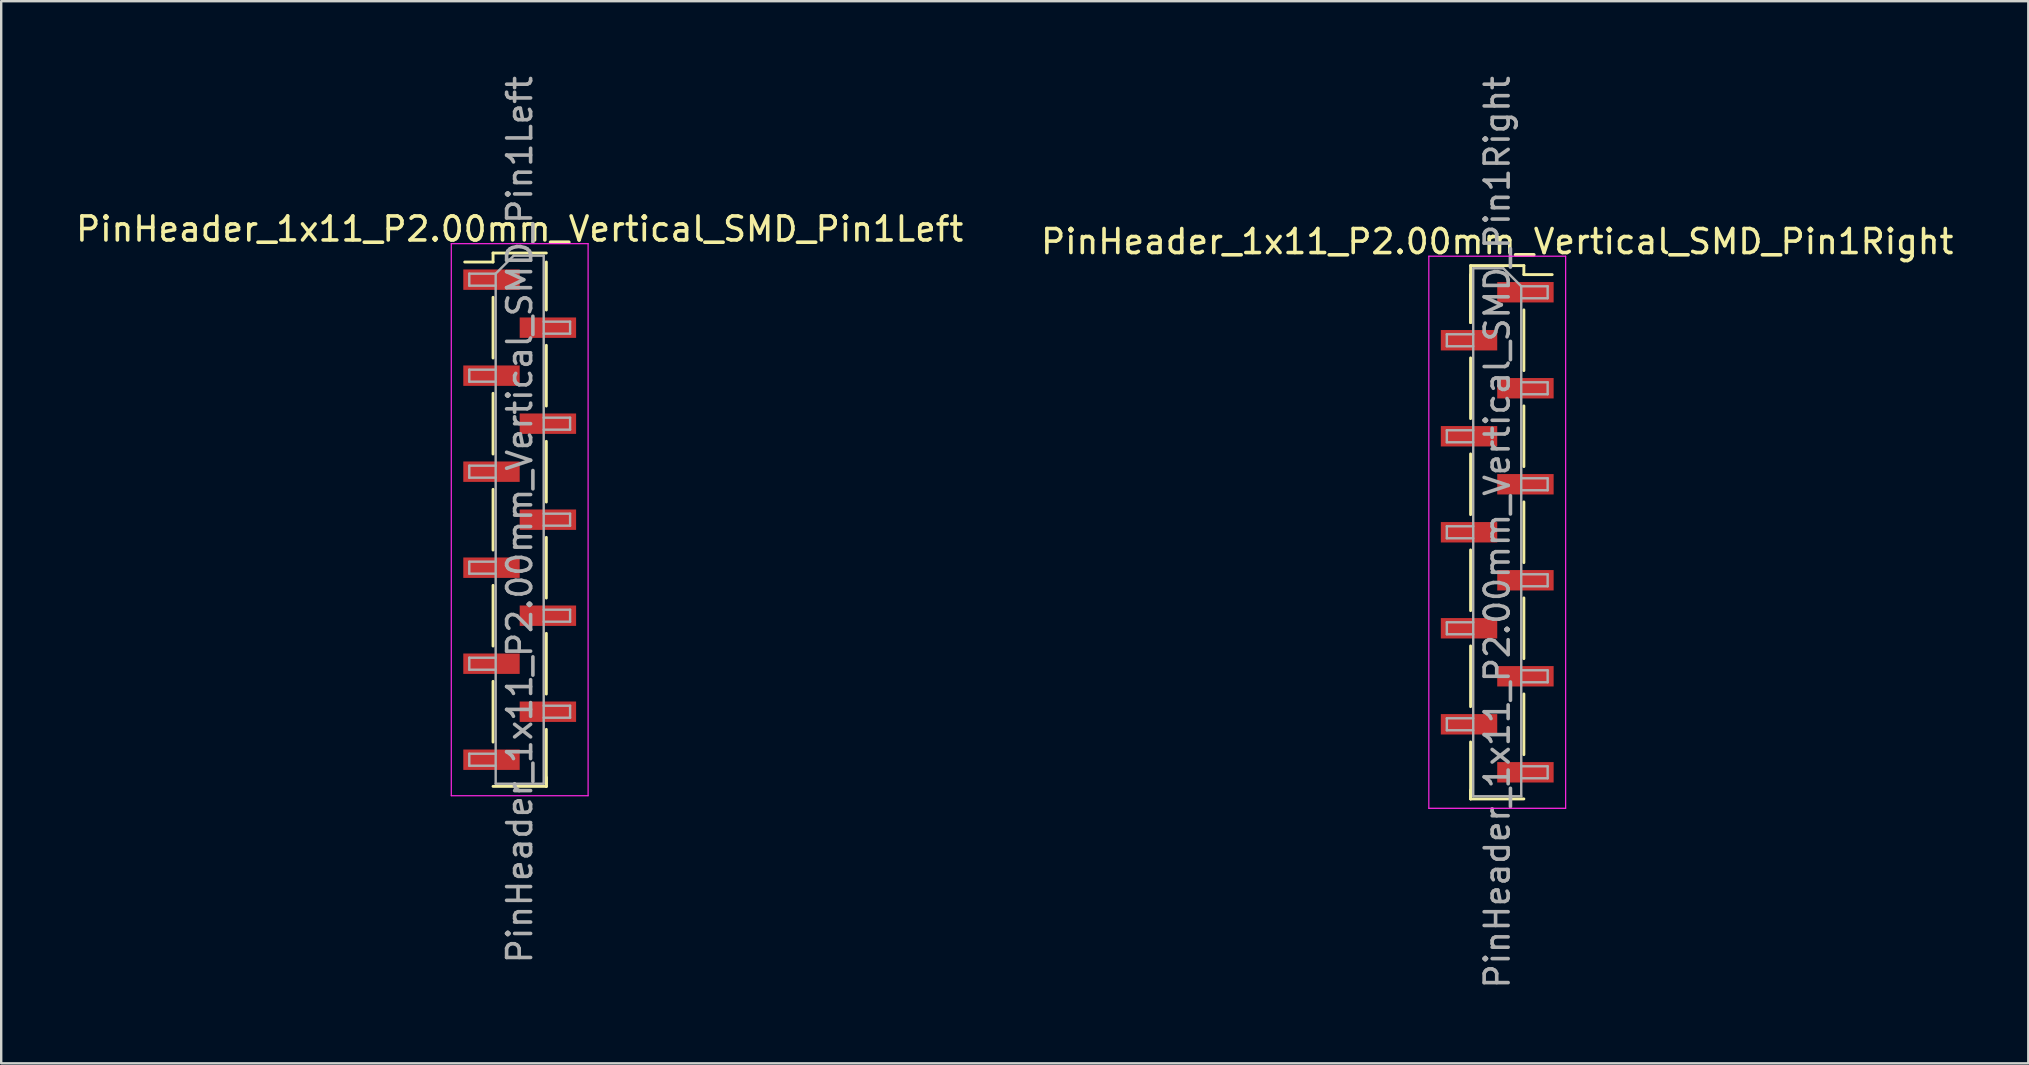
<source format=kicad_pcb>
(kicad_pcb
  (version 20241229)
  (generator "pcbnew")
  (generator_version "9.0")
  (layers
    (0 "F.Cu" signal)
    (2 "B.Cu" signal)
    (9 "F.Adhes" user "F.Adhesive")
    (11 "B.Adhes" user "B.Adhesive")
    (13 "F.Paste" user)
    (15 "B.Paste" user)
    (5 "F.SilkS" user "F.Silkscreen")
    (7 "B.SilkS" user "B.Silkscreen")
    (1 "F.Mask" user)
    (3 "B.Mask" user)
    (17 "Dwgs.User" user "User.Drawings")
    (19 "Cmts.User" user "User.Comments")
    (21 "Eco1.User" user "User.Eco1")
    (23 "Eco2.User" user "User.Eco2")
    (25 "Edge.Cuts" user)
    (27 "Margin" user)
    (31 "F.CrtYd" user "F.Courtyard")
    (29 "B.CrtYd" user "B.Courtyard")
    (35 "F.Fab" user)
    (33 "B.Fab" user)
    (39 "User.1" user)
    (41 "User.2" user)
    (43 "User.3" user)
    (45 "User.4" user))
  (footprint "PinHeader_1x11_P2.00mm_Vertical_SMD_Pin1Right"
    (layer "F.Cu")
    (at 59.327 19.125)
    (property "Reference" "PinHeader_1x11_P2.00mm_Vertical_SMD_Pin1Right" (at 0 -12.11 0) (layer "F.SilkS") (effects (font (size 1 1) (thickness 0.15))))
    (attr smd)
    (fp_line (start -1.11 -11.11) (end -1.11 -8.735) (stroke (width 0.12) (type solid)) (layer "F.SilkS"))
    (fp_line (start -1.11 -11.11) (end 1.11 -11.11) (stroke (width 0.12) (type solid)) (layer "F.SilkS"))
    (fp_line (start -1.11 -10.735) (end -1.11 -8.735) (stroke (width 0.12) (type solid)) (layer "F.SilkS"))
    (fp_line (start -1.11 -7.265) (end -1.11 -4.735) (stroke (width 0.12) (type solid)) (layer "F.SilkS"))
    (fp_line (start -1.11 -3.265) (end -1.11 -0.735) (stroke (width 0.12) (type solid)) (layer "F.SilkS"))
    (fp_line (start -1.11 0.735) (end -1.11 3.265) (stroke (width 0.12) (type solid)) (layer "F.SilkS"))
    (fp_line (start -1.11 4.735) (end -1.11 7.265) (stroke (width 0.12) (type solid)) (layer "F.SilkS"))
    (fp_line (start -1.11 8.735) (end -1.11 11.11) (stroke (width 0.12) (type solid)) (layer "F.SilkS"))
    (fp_line (start -1.11 10.735) (end -1.11 11.11) (stroke (width 0.12) (type solid)) (layer "F.SilkS"))
    (fp_line (start -1.11 11.11) (end 1.11 11.11) (stroke (width 0.12) (type solid)) (layer "F.SilkS"))
    (fp_line (start 1.11 -11.11) (end 1.11 -10.735) (stroke (width 0.12) (type solid)) (layer "F.SilkS"))
    (fp_line (start 1.11 -10.735) (end 2.29 -10.735) (stroke (width 0.12) (type solid)) (layer "F.SilkS"))
    (fp_line (start 1.11 -9.265) (end 1.11 -6.735) (stroke (width 0.12) (type solid)) (layer "F.SilkS"))
    (fp_line (start 1.11 -5.265) (end 1.11 -2.735) (stroke (width 0.12) (type solid)) (layer "F.SilkS"))
    (fp_line (start 1.11 -1.265) (end 1.11 1.265) (stroke (width 0.12) (type solid)) (layer "F.SilkS"))
    (fp_line (start 1.11 2.735) (end 1.11 5.265) (stroke (width 0.12) (type solid)) (layer "F.SilkS"))
    (fp_line (start 1.11 6.735) (end 1.11 9.265) (stroke (width 0.12) (type solid)) (layer "F.SilkS"))
    (fp_line (start -2.85 -11.5) (end -2.85 11.5) (stroke (width 0.05) (type solid)) (layer "F.CrtYd"))
    (fp_line (start -2.85 11.5) (end 2.85 11.5) (stroke (width 0.05) (type solid)) (layer "F.CrtYd"))
    (fp_line (start 2.85 -11.5) (end -2.85 -11.5) (stroke (width 0.05) (type solid)) (layer "F.CrtYd"))
    (fp_line (start 2.85 11.5) (end 2.85 -11.5) (stroke (width 0.05) (type solid)) (layer "F.CrtYd"))
    (fp_line (start -2.1 -8.25) (end -2.1 -7.75) (stroke (width 0.1) (type solid)) (layer "F.Fab"))
    (fp_line (start -2.1 -7.75) (end -1 -7.75) (stroke (width 0.1) (type solid)) (layer "F.Fab"))
    (fp_line (start -2.1 -4.25) (end -2.1 -3.75) (stroke (width 0.1) (type solid)) (layer "F.Fab"))
    (fp_line (start -2.1 -3.75) (end -1 -3.75) (stroke (width 0.1) (type solid)) (layer "F.Fab"))
    (fp_line (start -2.1 -0.25) (end -2.1 0.25) (stroke (width 0.1) (type solid)) (layer "F.Fab"))
    (fp_line (start -2.1 0.25) (end -1 0.25) (stroke (width 0.1) (type solid)) (layer "F.Fab"))
    (fp_line (start -2.1 3.75) (end -2.1 4.25) (stroke (width 0.1) (type solid)) (layer "F.Fab"))
    (fp_line (start -2.1 4.25) (end -1 4.25) (stroke (width 0.1) (type solid)) (layer "F.Fab"))
    (fp_line (start -2.1 7.75) (end -2.1 8.25) (stroke (width 0.1) (type solid)) (layer "F.Fab"))
    (fp_line (start -2.1 8.25) (end -1 8.25) (stroke (width 0.1) (type solid)) (layer "F.Fab"))
    (fp_line (start -1 -11) (end -1 11) (stroke (width 0.1) (type solid)) (layer "F.Fab"))
    (fp_line (start -1 -11) (end 0.25 -11) (stroke (width 0.1) (type solid)) (layer "F.Fab"))
    (fp_line (start -1 -8.25) (end -2.1 -8.25) (stroke (width 0.1) (type solid)) (layer "F.Fab"))
    (fp_line (start -1 -4.25) (end -2.1 -4.25) (stroke (width 0.1) (type solid)) (layer "F.Fab"))
    (fp_line (start -1 -0.25) (end -2.1 -0.25) (stroke (width 0.1) (type solid)) (layer "F.Fab"))
    (fp_line (start -1 3.75) (end -2.1 3.75) (stroke (width 0.1) (type solid)) (layer "F.Fab"))
    (fp_line (start -1 7.75) (end -2.1 7.75) (stroke (width 0.1) (type solid)) (layer "F.Fab"))
    (fp_line (start 1 -10.25) (end 0.25 -11) (stroke (width 0.1) (type solid)) (layer "F.Fab"))
    (fp_line (start 1 -10.25) (end 2.1 -10.25) (stroke (width 0.1) (type solid)) (layer "F.Fab"))
    (fp_line (start 1 -6.25) (end 2.1 -6.25) (stroke (width 0.1) (type solid)) (layer "F.Fab"))
    (fp_line (start 1 -2.25) (end 2.1 -2.25) (stroke (width 0.1) (type solid)) (layer "F.Fab"))
    (fp_line (start 1 1.75) (end 2.1 1.75) (stroke (width 0.1) (type solid)) (layer "F.Fab"))
    (fp_line (start 1 5.75) (end 2.1 5.75) (stroke (width 0.1) (type solid)) (layer "F.Fab"))
    (fp_line (start 1 9.75) (end 2.1 9.75) (stroke (width 0.1) (type solid)) (layer "F.Fab"))
    (fp_line (start 1 11) (end -1 11) (stroke (width 0.1) (type solid)) (layer "F.Fab"))
    (fp_line (start 1 11) (end 1 -10.25) (stroke (width 0.1) (type solid)) (layer "F.Fab"))
    (fp_line (start 2.1 -10.25) (end 2.1 -9.75) (stroke (width 0.1) (type solid)) (layer "F.Fab"))
    (fp_line (start 2.1 -9.75) (end 1 -9.75) (stroke (width 0.1) (type solid)) (layer "F.Fab"))
    (fp_line (start 2.1 -6.25) (end 2.1 -5.75) (stroke (width 0.1) (type solid)) (layer "F.Fab"))
    (fp_line (start 2.1 -5.75) (end 1 -5.75) (stroke (width 0.1) (type solid)) (layer "F.Fab"))
    (fp_line (start 2.1 -2.25) (end 2.1 -1.75) (stroke (width 0.1) (type solid)) (layer "F.Fab"))
    (fp_line (start 2.1 -1.75) (end 1 -1.75) (stroke (width 0.1) (type solid)) (layer "F.Fab"))
    (fp_line (start 2.1 1.75) (end 2.1 2.25) (stroke (width 0.1) (type solid)) (layer "F.Fab"))
    (fp_line (start 2.1 2.25) (end 1 2.25) (stroke (width 0.1) (type solid)) (layer "F.Fab"))
    (fp_line (start 2.1 5.75) (end 2.1 6.25) (stroke (width 0.1) (type solid)) (layer "F.Fab"))
    (fp_line (start 2.1 6.25) (end 1 6.25) (stroke (width 0.1) (type solid)) (layer "F.Fab"))
    (fp_line (start 2.1 9.75) (end 2.1 10.25) (stroke (width 0.1) (type solid)) (layer "F.Fab"))
    (fp_line (start 2.1 10.25) (end 1 10.25) (stroke (width 0.1) (type solid)) (layer "F.Fab"))
    (fp_text user "${REFERENCE}" (at 0 0 90) (layer "F.Fab") (effects (font (size 1 1) (thickness 0.15))))
    (pad "1" smd rect (at 1.175 -10) (size 2.35 0.85) (layers "F.Cu" "F.Mask" "F.Paste"))
    (pad "2" smd rect (at -1.175 -8) (size 2.35 0.85) (layers "F.Cu" "F.Mask" "F.Paste"))
    (pad "3" smd rect (at 1.175 -6) (size 2.35 0.85) (layers "F.Cu" "F.Mask" "F.Paste"))
    (pad "4" smd rect (at -1.175 -4) (size 2.35 0.85) (layers "F.Cu" "F.Mask" "F.Paste"))
    (pad "5" smd rect (at 1.175 -2) (size 2.35 0.85) (layers "F.Cu" "F.Mask" "F.Paste"))
    (pad "6" smd rect (at -1.175 0) (size 2.35 0.85) (layers "F.Cu" "F.Mask" "F.Paste"))
    (pad "7" smd rect (at 1.175 2) (size 2.35 0.85) (layers "F.Cu" "F.Mask" "F.Paste"))
    (pad "8" smd rect (at -1.175 4) (size 2.35 0.85) (layers "F.Cu" "F.Mask" "F.Paste"))
    (pad "9" smd rect (at 1.175 6) (size 2.35 0.85) (layers "F.Cu" "F.Mask" "F.Paste"))
    (pad "10" smd rect (at -1.175 8) (size 2.35 0.85) (layers "F.Cu" "F.Mask" "F.Paste"))
    (pad "11" smd rect (at 1.175 10) (size 2.35 0.85) (layers "F.Cu" "F.Mask" "F.Paste")))
  (footprint "PinHeader_1x11_P2.00mm_Vertical_SMD_Pin1Left"
    (layer "F.Cu")
    (at 18.601 18.601)
    (property "Reference" "PinHeader_1x11_P2.00mm_Vertical_SMD_Pin1Left" (at 0 -12.11 0) (layer "F.SilkS") (effects (font (size 1 1) (thickness 0.15))))
    (attr smd)
    (fp_line (start -1.11 -11.11) (end -1.11 -10.735) (stroke (width 0.12) (type solid)) (layer "F.SilkS"))
    (fp_line (start -1.11 -11.11) (end 1.11 -11.11) (stroke (width 0.12) (type solid)) (layer "F.SilkS"))
    (fp_line (start -1.11 -10.735) (end -2.29 -10.735) (stroke (width 0.12) (type solid)) (layer "F.SilkS"))
    (fp_line (start -1.11 -9.265) (end -1.11 -6.735) (stroke (width 0.12) (type solid)) (layer "F.SilkS"))
    (fp_line (start -1.11 -5.265) (end -1.11 -2.735) (stroke (width 0.12) (type solid)) (layer "F.SilkS"))
    (fp_line (start -1.11 -1.265) (end -1.11 1.265) (stroke (width 0.12) (type solid)) (layer "F.SilkS"))
    (fp_line (start -1.11 2.735) (end -1.11 5.265) (stroke (width 0.12) (type solid)) (layer "F.SilkS"))
    (fp_line (start -1.11 6.735) (end -1.11 9.265) (stroke (width 0.12) (type solid)) (layer "F.SilkS"))
    (fp_line (start -1.11 11.11) (end 1.11 11.11) (stroke (width 0.12) (type solid)) (layer "F.SilkS"))
    (fp_line (start 1.11 -10.735) (end 1.11 -8.735) (stroke (width 0.12) (type solid)) (layer "F.SilkS"))
    (fp_line (start 1.11 -7.265) (end 1.11 -4.735) (stroke (width 0.12) (type solid)) (layer "F.SilkS"))
    (fp_line (start 1.11 -3.265) (end 1.11 -0.735) (stroke (width 0.12) (type solid)) (layer "F.SilkS"))
    (fp_line (start 1.11 0.735) (end 1.11 3.265) (stroke (width 0.12) (type solid)) (layer "F.SilkS"))
    (fp_line (start 1.11 4.735) (end 1.11 7.265) (stroke (width 0.12) (type solid)) (layer "F.SilkS"))
    (fp_line (start 1.11 8.735) (end 1.11 11.11) (stroke (width 0.12) (type solid)) (layer "F.SilkS"))
    (fp_line (start 1.11 10.735) (end 1.11 11.11) (stroke (width 0.12) (type solid)) (layer "F.SilkS"))
    (fp_line (start -2.85 -11.5) (end -2.85 11.5) (stroke (width 0.05) (type solid)) (layer "F.CrtYd"))
    (fp_line (start -2.85 11.5) (end 2.85 11.5) (stroke (width 0.05) (type solid)) (layer "F.CrtYd"))
    (fp_line (start 2.85 -11.5) (end -2.85 -11.5) (stroke (width 0.05) (type solid)) (layer "F.CrtYd"))
    (fp_line (start 2.85 11.5) (end 2.85 -11.5) (stroke (width 0.05) (type solid)) (layer "F.CrtYd"))
    (fp_line (start -2.1 -10.25) (end -2.1 -9.75) (stroke (width 0.1) (type solid)) (layer "F.Fab"))
    (fp_line (start -2.1 -9.75) (end -1 -9.75) (stroke (width 0.1) (type solid)) (layer "F.Fab"))
    (fp_line (start -2.1 -6.25) (end -2.1 -5.75) (stroke (width 0.1) (type solid)) (layer "F.Fab"))
    (fp_line (start -2.1 -5.75) (end -1 -5.75) (stroke (width 0.1) (type solid)) (layer "F.Fab"))
    (fp_line (start -2.1 -2.25) (end -2.1 -1.75) (stroke (width 0.1) (type solid)) (layer "F.Fab"))
    (fp_line (start -2.1 -1.75) (end -1 -1.75) (stroke (width 0.1) (type solid)) (layer "F.Fab"))
    (fp_line (start -2.1 1.75) (end -2.1 2.25) (stroke (width 0.1) (type solid)) (layer "F.Fab"))
    (fp_line (start -2.1 2.25) (end -1 2.25) (stroke (width 0.1) (type solid)) (layer "F.Fab"))
    (fp_line (start -2.1 5.75) (end -2.1 6.25) (stroke (width 0.1) (type solid)) (layer "F.Fab"))
    (fp_line (start -2.1 6.25) (end -1 6.25) (stroke (width 0.1) (type solid)) (layer "F.Fab"))
    (fp_line (start -2.1 9.75) (end -2.1 10.25) (stroke (width 0.1) (type solid)) (layer "F.Fab"))
    (fp_line (start -2.1 10.25) (end -1 10.25) (stroke (width 0.1) (type solid)) (layer "F.Fab"))
    (fp_line (start -1 -10.25) (end -2.1 -10.25) (stroke (width 0.1) (type solid)) (layer "F.Fab"))
    (fp_line (start -1 -10.25) (end -0.25 -11) (stroke (width 0.1) (type solid)) (layer "F.Fab"))
    (fp_line (start -1 -6.25) (end -2.1 -6.25) (stroke (width 0.1) (type solid)) (layer "F.Fab"))
    (fp_line (start -1 -2.25) (end -2.1 -2.25) (stroke (width 0.1) (type solid)) (layer "F.Fab"))
    (fp_line (start -1 1.75) (end -2.1 1.75) (stroke (width 0.1) (type solid)) (layer "F.Fab"))
    (fp_line (start -1 5.75) (end -2.1 5.75) (stroke (width 0.1) (type solid)) (layer "F.Fab"))
    (fp_line (start -1 9.75) (end -2.1 9.75) (stroke (width 0.1) (type solid)) (layer "F.Fab"))
    (fp_line (start -1 11) (end -1 -10.25) (stroke (width 0.1) (type solid)) (layer "F.Fab"))
    (fp_line (start -0.25 -11) (end 1 -11) (stroke (width 0.1) (type solid)) (layer "F.Fab"))
    (fp_line (start 1 -11) (end 1 11) (stroke (width 0.1) (type solid)) (layer "F.Fab"))
    (fp_line (start 1 -8.25) (end 2.1 -8.25) (stroke (width 0.1) (type solid)) (layer "F.Fab"))
    (fp_line (start 1 -4.25) (end 2.1 -4.25) (stroke (width 0.1) (type solid)) (layer "F.Fab"))
    (fp_line (start 1 -0.25) (end 2.1 -0.25) (stroke (width 0.1) (type solid)) (layer "F.Fab"))
    (fp_line (start 1 3.75) (end 2.1 3.75) (stroke (width 0.1) (type solid)) (layer "F.Fab"))
    (fp_line (start 1 7.75) (end 2.1 7.75) (stroke (width 0.1) (type solid)) (layer "F.Fab"))
    (fp_line (start 1 11) (end -1 11) (stroke (width 0.1) (type solid)) (layer "F.Fab"))
    (fp_line (start 2.1 -8.25) (end 2.1 -7.75) (stroke (width 0.1) (type solid)) (layer "F.Fab"))
    (fp_line (start 2.1 -7.75) (end 1 -7.75) (stroke (width 0.1) (type solid)) (layer "F.Fab"))
    (fp_line (start 2.1 -4.25) (end 2.1 -3.75) (stroke (width 0.1) (type solid)) (layer "F.Fab"))
    (fp_line (start 2.1 -3.75) (end 1 -3.75) (stroke (width 0.1) (type solid)) (layer "F.Fab"))
    (fp_line (start 2.1 -0.25) (end 2.1 0.25) (stroke (width 0.1) (type solid)) (layer "F.Fab"))
    (fp_line (start 2.1 0.25) (end 1 0.25) (stroke (width 0.1) (type solid)) (layer "F.Fab"))
    (fp_line (start 2.1 3.75) (end 2.1 4.25) (stroke (width 0.1) (type solid)) (layer "F.Fab"))
    (fp_line (start 2.1 4.25) (end 1 4.25) (stroke (width 0.1) (type solid)) (layer "F.Fab"))
    (fp_line (start 2.1 7.75) (end 2.1 8.25) (stroke (width 0.1) (type solid)) (layer "F.Fab"))
    (fp_line (start 2.1 8.25) (end 1 8.25) (stroke (width 0.1) (type solid)) (layer "F.Fab"))
    (fp_text user "${REFERENCE}" (at 0 0 90) (layer "F.Fab") (effects (font (size 1 1) (thickness 0.15))))
    (pad "1" smd rect (at -1.175 -10) (size 2.35 0.85) (layers "F.Cu" "F.Mask" "F.Paste"))
    (pad "2" smd rect (at 1.175 -8) (size 2.35 0.85) (layers "F.Cu" "F.Mask" "F.Paste"))
    (pad "3" smd rect (at -1.175 -6) (size 2.35 0.85) (layers "F.Cu" "F.Mask" "F.Paste"))
    (pad "4" smd rect (at 1.175 -4) (size 2.35 0.85) (layers "F.Cu" "F.Mask" "F.Paste"))
    (pad "5" smd rect (at -1.175 -2) (size 2.35 0.85) (layers "F.Cu" "F.Mask" "F.Paste"))
    (pad "6" smd rect (at 1.175 0) (size 2.35 0.85) (layers "F.Cu" "F.Mask" "F.Paste"))
    (pad "7" smd rect (at -1.175 2) (size 2.35 0.85) (layers "F.Cu" "F.Mask" "F.Paste"))
    (pad "8" smd rect (at 1.175 4) (size 2.35 0.85) (layers "F.Cu" "F.Mask" "F.Paste"))
    (pad "9" smd rect (at -1.175 6) (size 2.35 0.85) (layers "F.Cu" "F.Mask" "F.Paste"))
    (pad "10" smd rect (at 1.175 8) (size 2.35 0.85) (layers "F.Cu" "F.Mask" "F.Paste"))
    (pad "11" smd rect (at -1.175 10) (size 2.35 0.85) (layers "F.Cu" "F.Mask" "F.Paste")))
  (gr_rect
    (start -3 -3)
    (end 81.452 41.25)
    (stroke (width 0.1) (type default))
    (fill no)
    (layer "Edge.Cuts")))
</source>
